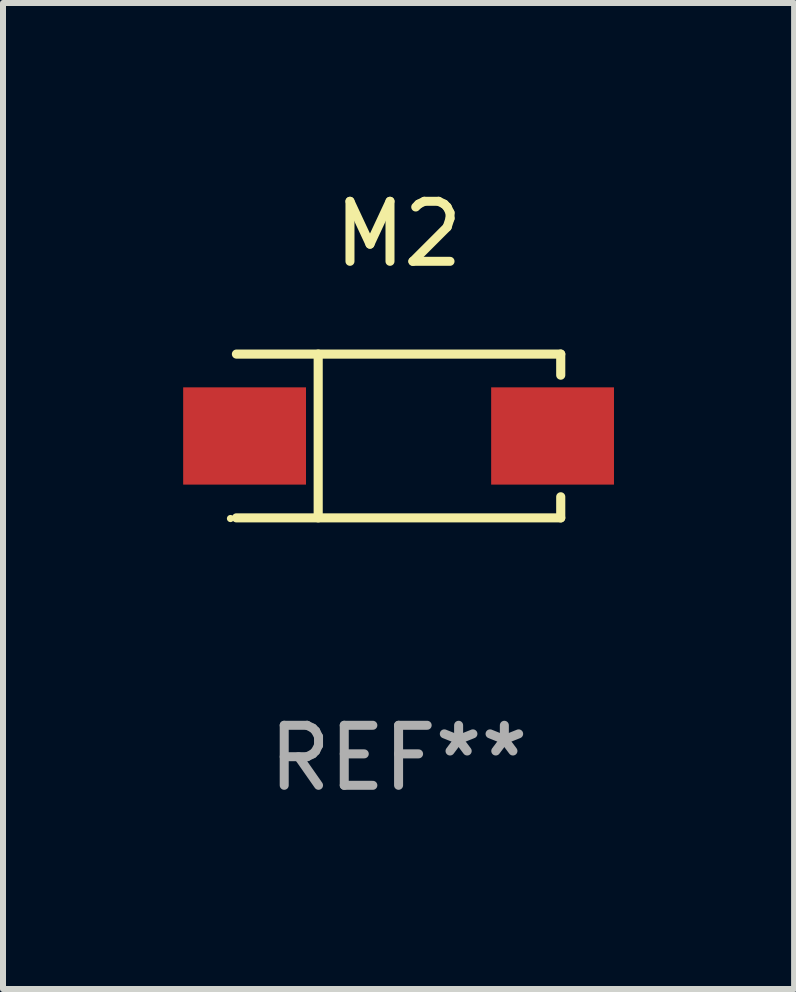
<source format=kicad_pcb>
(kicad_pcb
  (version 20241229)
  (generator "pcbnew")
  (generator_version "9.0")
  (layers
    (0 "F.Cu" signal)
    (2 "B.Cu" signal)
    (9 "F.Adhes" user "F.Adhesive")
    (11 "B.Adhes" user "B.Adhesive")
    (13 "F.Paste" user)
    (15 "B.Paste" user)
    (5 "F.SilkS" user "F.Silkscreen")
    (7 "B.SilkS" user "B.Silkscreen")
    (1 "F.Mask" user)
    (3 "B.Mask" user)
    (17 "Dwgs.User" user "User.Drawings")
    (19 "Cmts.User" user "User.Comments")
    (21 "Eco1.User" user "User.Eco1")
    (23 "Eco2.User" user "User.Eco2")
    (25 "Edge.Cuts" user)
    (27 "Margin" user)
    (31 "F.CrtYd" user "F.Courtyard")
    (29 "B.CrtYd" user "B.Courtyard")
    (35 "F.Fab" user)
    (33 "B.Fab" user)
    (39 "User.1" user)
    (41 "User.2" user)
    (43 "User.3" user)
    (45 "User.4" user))
  (footprint "M2"
    (layer "F.Cu")
    (at 3.589 4.212)
    (property "Reference" "M2" (at 0 -3.364 0) (layer "F.SilkS") (effects (font (size 1 1) (thickness 0.15))))
    (attr through_hole)
    (fp_line (start -2.701 -1.364) (end 2.701 -1.364) (stroke (width 0.152) (type solid)) (layer "F.SilkS"))
    (fp_line (start -2.701 1.364) (end 2.701 1.364) (stroke (width 0.152) (type solid)) (layer "F.SilkS"))
    (fp_line (start -1.339 -1.364) (end -1.339 1.364) (stroke (width 0.152) (type solid)) (layer "F.SilkS"))
    (fp_line (start 2.701 -1.364) (end 2.701 -1.013) (stroke (width 0.152) (type solid)) (layer "F.SilkS"))
    (fp_line (start 2.701 1.364) (end 2.701 1.013) (stroke (width 0.152) (type solid)) (layer "F.SilkS"))
    (fp_circle (center -2.8 1.375) (end -2.77 1.375) (stroke (width 0.06) (type solid)) (fill no) (layer "F.SilkS"))
    (fp_text user "REF**" (at 0 5.364 0) (layer "F.Fab") (effects (font (size 1 1) (thickness 0.15))))
    (pad "1" smd rect (at -2.565 -0.000025) (size 2.046 1.62) (layers "F.Cu" "F.Mask" "F.Paste"))
    (pad "2" smd rect (at 2.565 -0.000025) (size 2.046 1.62) (layers "F.Cu" "F.Mask" "F.Paste")))
  (gr_rect
    (start -3 -3)
    (end 10.177 13.424)
    (stroke (width 0.1) (type default))
    (fill no)
    (layer "Edge.Cuts")))
</source>
